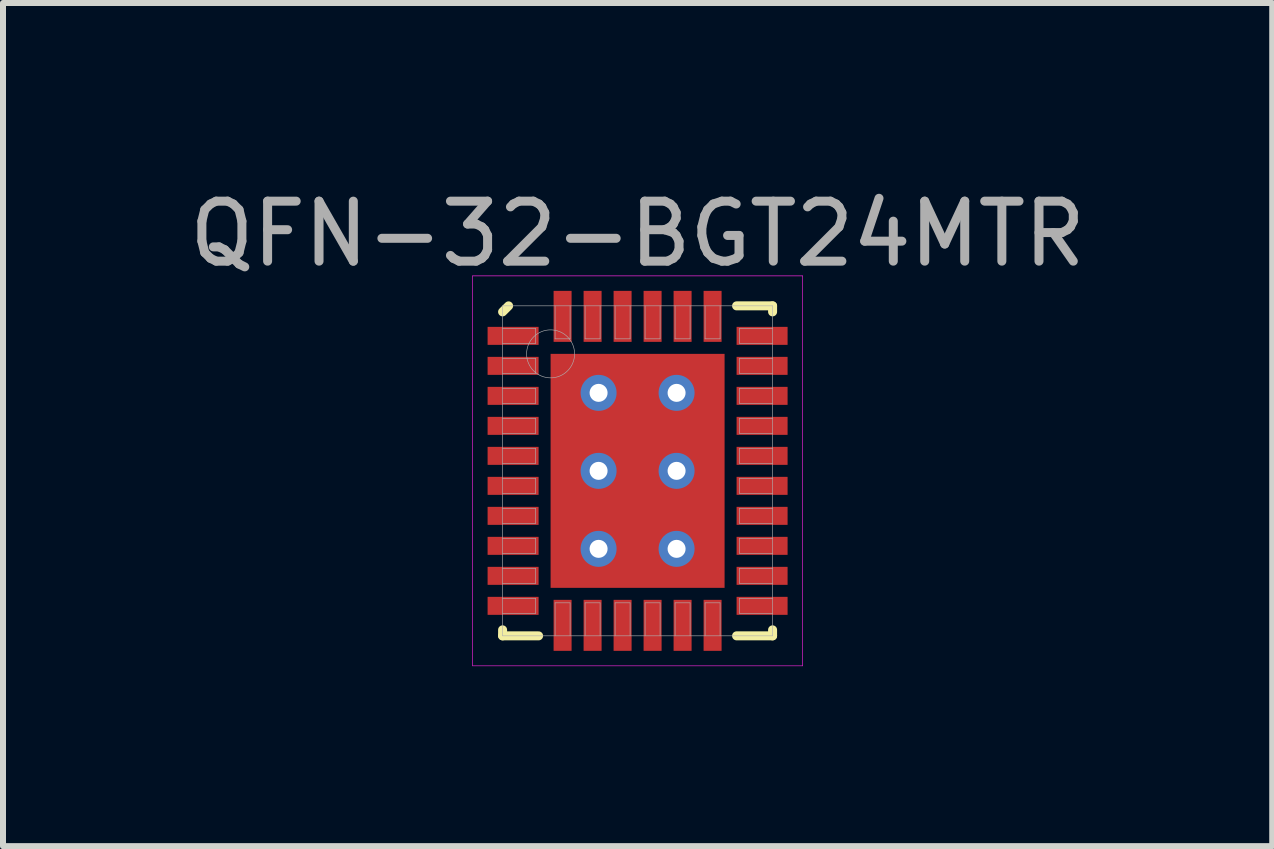
<source format=kicad_pcb>
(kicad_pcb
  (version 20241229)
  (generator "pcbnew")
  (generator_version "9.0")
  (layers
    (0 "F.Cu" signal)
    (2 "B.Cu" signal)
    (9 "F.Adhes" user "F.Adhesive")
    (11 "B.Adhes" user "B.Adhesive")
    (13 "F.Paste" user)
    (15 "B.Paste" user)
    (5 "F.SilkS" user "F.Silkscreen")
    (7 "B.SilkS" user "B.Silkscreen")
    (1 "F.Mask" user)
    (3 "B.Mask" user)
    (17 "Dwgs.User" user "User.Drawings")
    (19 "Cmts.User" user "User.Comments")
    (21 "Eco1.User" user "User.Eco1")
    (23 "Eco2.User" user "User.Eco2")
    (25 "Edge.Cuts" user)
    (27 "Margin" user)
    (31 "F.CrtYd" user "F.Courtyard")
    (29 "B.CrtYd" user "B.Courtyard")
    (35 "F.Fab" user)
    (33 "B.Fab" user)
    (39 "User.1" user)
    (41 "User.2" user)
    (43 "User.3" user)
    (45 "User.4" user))
  (footprint "QFN-32-BGT24MTR"
    (layer "F.Cu")
    (at 7.577 4.798)
    (property "Reference" "QFN-32-BGT24MTR" (at 0 -3.95 0) (layer "F.Fab") (effects (font (size 1 1) (thickness 0.15))))
    (attr smd)
    (fp_line (start -2.25 -2.65) (end -2.15 -2.75) (stroke (width 0.15) (type solid)) (layer "F.SilkS"))
    (fp_line (start -2.25 2.75) (end -2.25 2.65) (stroke (width 0.15) (type solid)) (layer "F.SilkS"))
    (fp_line (start -1.65 2.75) (end -2.25 2.75) (stroke (width 0.15) (type solid)) (layer "F.SilkS"))
    (fp_line (start 1.65 -2.75) (end 2.25 -2.75) (stroke (width 0.15) (type solid)) (layer "F.SilkS"))
    (fp_line (start 1.65 2.75) (end 2.25 2.75) (stroke (width 0.15) (type solid)) (layer "F.SilkS"))
    (fp_line (start 2.25 -2.75) (end 2.25 -2.65) (stroke (width 0.15) (type solid)) (layer "F.SilkS"))
    (fp_line (start 2.25 2.75) (end 2.25 2.65) (stroke (width 0.15) (type solid)) (layer "F.SilkS"))
    (fp_line (start -2.75 -3.25) (end 2.75 -3.25) (stroke (width 0.01) (type solid)) (layer "F.CrtYd"))
    (fp_line (start -2.75 3.25) (end -2.75 -3.25) (stroke (width 0.01) (type solid)) (layer "F.CrtYd"))
    (fp_line (start 2.75 -3.25) (end 2.75 3.25) (stroke (width 0.01) (type solid)) (layer "F.CrtYd"))
    (fp_line (start 2.75 3.25) (end -2.75 3.25) (stroke (width 0.01) (type solid)) (layer "F.CrtYd"))
    (fp_line (start -2.25 -2.75) (end 2.25 -2.75) (stroke (width 0.01) (type solid)) (layer "F.Fab"))
    (fp_line (start -2.25 -2.125) (end -1.7 -2.125) (stroke (width 0.01) (type solid)) (layer "F.Fab"))
    (fp_line (start -2.25 -1.625) (end -1.7 -1.625) (stroke (width 0.01) (type solid)) (layer "F.Fab"))
    (fp_line (start -2.25 -1.125) (end -1.7 -1.125) (stroke (width 0.01) (type solid)) (layer "F.Fab"))
    (fp_line (start -2.25 -0.625) (end -1.7 -0.625) (stroke (width 0.01) (type solid)) (layer "F.Fab"))
    (fp_line (start -2.25 -0.125) (end -1.7 -0.125) (stroke (width 0.01) (type solid)) (layer "F.Fab"))
    (fp_line (start -2.25 0.375) (end -1.7 0.375) (stroke (width 0.01) (type solid)) (layer "F.Fab"))
    (fp_line (start -2.25 0.875) (end -1.7 0.875) (stroke (width 0.01) (type solid)) (layer "F.Fab"))
    (fp_line (start -2.25 1.375) (end -1.7 1.375) (stroke (width 0.01) (type solid)) (layer "F.Fab"))
    (fp_line (start -2.25 1.875) (end -1.7 1.875) (stroke (width 0.01) (type solid)) (layer "F.Fab"))
    (fp_line (start -2.25 2.375) (end -1.7 2.375) (stroke (width 0.01) (type solid)) (layer "F.Fab"))
    (fp_line (start -2.25 2.75) (end -2.25 -2.75) (stroke (width 0.01) (type solid)) (layer "F.Fab"))
    (fp_line (start -1.7 -2.375) (end -2.25 -2.375) (stroke (width 0.01) (type solid)) (layer "F.Fab"))
    (fp_line (start -1.7 -2.125) (end -1.7 -2.375) (stroke (width 0.01) (type solid)) (layer "F.Fab"))
    (fp_line (start -1.7 -1.875) (end -2.25 -1.875) (stroke (width 0.01) (type solid)) (layer "F.Fab"))
    (fp_line (start -1.7 -1.625) (end -1.7 -1.875) (stroke (width 0.01) (type solid)) (layer "F.Fab"))
    (fp_line (start -1.7 -1.375) (end -2.25 -1.375) (stroke (width 0.01) (type solid)) (layer "F.Fab"))
    (fp_line (start -1.7 -1.125) (end -1.7 -1.375) (stroke (width 0.01) (type solid)) (layer "F.Fab"))
    (fp_line (start -1.7 -0.875) (end -2.25 -0.875) (stroke (width 0.01) (type solid)) (layer "F.Fab"))
    (fp_line (start -1.7 -0.625) (end -1.7 -0.875) (stroke (width 0.01) (type solid)) (layer "F.Fab"))
    (fp_line (start -1.7 -0.375) (end -2.25 -0.375) (stroke (width 0.01) (type solid)) (layer "F.Fab"))
    (fp_line (start -1.7 -0.125) (end -1.7 -0.375) (stroke (width 0.01) (type solid)) (layer "F.Fab"))
    (fp_line (start -1.7 0.125) (end -2.25 0.125) (stroke (width 0.01) (type solid)) (layer "F.Fab"))
    (fp_line (start -1.7 0.375) (end -1.7 0.125) (stroke (width 0.01) (type solid)) (layer "F.Fab"))
    (fp_line (start -1.7 0.625) (end -2.25 0.625) (stroke (width 0.01) (type solid)) (layer "F.Fab"))
    (fp_line (start -1.7 0.875) (end -1.7 0.625) (stroke (width 0.01) (type solid)) (layer "F.Fab"))
    (fp_line (start -1.7 1.125) (end -2.25 1.125) (stroke (width 0.01) (type solid)) (layer "F.Fab"))
    (fp_line (start -1.7 1.375) (end -1.7 1.125) (stroke (width 0.01) (type solid)) (layer "F.Fab"))
    (fp_line (start -1.7 1.625) (end -2.25 1.625) (stroke (width 0.01) (type solid)) (layer "F.Fab"))
    (fp_line (start -1.7 1.875) (end -1.7 1.625) (stroke (width 0.01) (type solid)) (layer "F.Fab"))
    (fp_line (start -1.7 2.125) (end -2.25 2.125) (stroke (width 0.01) (type solid)) (layer "F.Fab"))
    (fp_line (start -1.7 2.375) (end -1.7 2.125) (stroke (width 0.01) (type solid)) (layer "F.Fab"))
    (fp_line (start -1.375 -2.75) (end -1.375 -2.2) (stroke (width 0.01) (type solid)) (layer "F.Fab"))
    (fp_line (start -1.375 -2.2) (end -1.125 -2.2) (stroke (width 0.01) (type solid)) (layer "F.Fab"))
    (fp_line (start -1.375 2.2) (end -1.375 2.75) (stroke (width 0.01) (type solid)) (layer "F.Fab"))
    (fp_line (start -1.125 -2.2) (end -1.125 -2.75) (stroke (width 0.01) (type solid)) (layer "F.Fab"))
    (fp_line (start -1.125 2.2) (end -1.375 2.2) (stroke (width 0.01) (type solid)) (layer "F.Fab"))
    (fp_line (start -1.125 2.75) (end -1.125 2.2) (stroke (width 0.01) (type solid)) (layer "F.Fab"))
    (fp_line (start -0.875 -2.75) (end -0.875 -2.2) (stroke (width 0.01) (type solid)) (layer "F.Fab"))
    (fp_line (start -0.875 -2.2) (end -0.625 -2.2) (stroke (width 0.01) (type solid)) (layer "F.Fab"))
    (fp_line (start -0.875 2.2) (end -0.875 2.75) (stroke (width 0.01) (type solid)) (layer "F.Fab"))
    (fp_line (start -0.625 -2.2) (end -0.625 -2.75) (stroke (width 0.01) (type solid)) (layer "F.Fab"))
    (fp_line (start -0.625 2.2) (end -0.875 2.2) (stroke (width 0.01) (type solid)) (layer "F.Fab"))
    (fp_line (start -0.625 2.75) (end -0.625 2.2) (stroke (width 0.01) (type solid)) (layer "F.Fab"))
    (fp_line (start -0.375 -2.75) (end -0.375 -2.2) (stroke (width 0.01) (type solid)) (layer "F.Fab"))
    (fp_line (start -0.375 -2.2) (end -0.125 -2.2) (stroke (width 0.01) (type solid)) (layer "F.Fab"))
    (fp_line (start -0.375 2.2) (end -0.375 2.75) (stroke (width 0.01) (type solid)) (layer "F.Fab"))
    (fp_line (start -0.125 -2.2) (end -0.125 -2.75) (stroke (width 0.01) (type solid)) (layer "F.Fab"))
    (fp_line (start -0.125 2.2) (end -0.375 2.2) (stroke (width 0.01) (type solid)) (layer "F.Fab"))
    (fp_line (start -0.125 2.75) (end -0.125 2.2) (stroke (width 0.01) (type solid)) (layer "F.Fab"))
    (fp_line (start 0.125 -2.75) (end 0.125 -2.2) (stroke (width 0.01) (type solid)) (layer "F.Fab"))
    (fp_line (start 0.125 -2.2) (end 0.375 -2.2) (stroke (width 0.01) (type solid)) (layer "F.Fab"))
    (fp_line (start 0.125 2.2) (end 0.125 2.75) (stroke (width 0.01) (type solid)) (layer "F.Fab"))
    (fp_line (start 0.375 -2.2) (end 0.375 -2.75) (stroke (width 0.01) (type solid)) (layer "F.Fab"))
    (fp_line (start 0.375 2.2) (end 0.125 2.2) (stroke (width 0.01) (type solid)) (layer "F.Fab"))
    (fp_line (start 0.375 2.75) (end 0.375 2.2) (stroke (width 0.01) (type solid)) (layer "F.Fab"))
    (fp_line (start 0.625 -2.75) (end 0.625 -2.2) (stroke (width 0.01) (type solid)) (layer "F.Fab"))
    (fp_line (start 0.625 -2.2) (end 0.875 -2.2) (stroke (width 0.01) (type solid)) (layer "F.Fab"))
    (fp_line (start 0.625 2.2) (end 0.625 2.75) (stroke (width 0.01) (type solid)) (layer "F.Fab"))
    (fp_line (start 0.875 -2.2) (end 0.875 -2.75) (stroke (width 0.01) (type solid)) (layer "F.Fab"))
    (fp_line (start 0.875 2.2) (end 0.625 2.2) (stroke (width 0.01) (type solid)) (layer "F.Fab"))
    (fp_line (start 0.875 2.75) (end 0.875 2.2) (stroke (width 0.01) (type solid)) (layer "F.Fab"))
    (fp_line (start 1.125 -2.75) (end 1.125 -2.2) (stroke (width 0.01) (type solid)) (layer "F.Fab"))
    (fp_line (start 1.125 -2.2) (end 1.375 -2.2) (stroke (width 0.01) (type solid)) (layer "F.Fab"))
    (fp_line (start 1.125 2.2) (end 1.125 2.75) (stroke (width 0.01) (type solid)) (layer "F.Fab"))
    (fp_line (start 1.375 -2.2) (end 1.375 -2.75) (stroke (width 0.01) (type solid)) (layer "F.Fab"))
    (fp_line (start 1.375 2.2) (end 1.125 2.2) (stroke (width 0.01) (type solid)) (layer "F.Fab"))
    (fp_line (start 1.375 2.75) (end 1.375 2.2) (stroke (width 0.01) (type solid)) (layer "F.Fab"))
    (fp_line (start 1.7 -2.375) (end 1.7 -2.125) (stroke (width 0.01) (type solid)) (layer "F.Fab"))
    (fp_line (start 1.7 -2.125) (end 2.25 -2.125) (stroke (width 0.01) (type solid)) (layer "F.Fab"))
    (fp_line (start 1.7 -1.875) (end 1.7 -1.625) (stroke (width 0.01) (type solid)) (layer "F.Fab"))
    (fp_line (start 1.7 -1.625) (end 2.25 -1.625) (stroke (width 0.01) (type solid)) (layer "F.Fab"))
    (fp_line (start 1.7 -1.375) (end 1.7 -1.125) (stroke (width 0.01) (type solid)) (layer "F.Fab"))
    (fp_line (start 1.7 -1.125) (end 2.25 -1.125) (stroke (width 0.01) (type solid)) (layer "F.Fab"))
    (fp_line (start 1.7 -0.875) (end 1.7 -0.625) (stroke (width 0.01) (type solid)) (layer "F.Fab"))
    (fp_line (start 1.7 -0.625) (end 2.25 -0.625) (stroke (width 0.01) (type solid)) (layer "F.Fab"))
    (fp_line (start 1.7 -0.375) (end 1.7 -0.125) (stroke (width 0.01) (type solid)) (layer "F.Fab"))
    (fp_line (start 1.7 -0.125) (end 2.25 -0.125) (stroke (width 0.01) (type solid)) (layer "F.Fab"))
    (fp_line (start 1.7 0.125) (end 1.7 0.375) (stroke (width 0.01) (type solid)) (layer "F.Fab"))
    (fp_line (start 1.7 0.375) (end 2.25 0.375) (stroke (width 0.01) (type solid)) (layer "F.Fab"))
    (fp_line (start 1.7 0.625) (end 1.7 0.875) (stroke (width 0.01) (type solid)) (layer "F.Fab"))
    (fp_line (start 1.7 0.875) (end 2.25 0.875) (stroke (width 0.01) (type solid)) (layer "F.Fab"))
    (fp_line (start 1.7 1.125) (end 1.7 1.375) (stroke (width 0.01) (type solid)) (layer "F.Fab"))
    (fp_line (start 1.7 1.375) (end 2.25 1.375) (stroke (width 0.01) (type solid)) (layer "F.Fab"))
    (fp_line (start 1.7 1.625) (end 1.7 1.875) (stroke (width 0.01) (type solid)) (layer "F.Fab"))
    (fp_line (start 1.7 1.875) (end 2.25 1.875) (stroke (width 0.01) (type solid)) (layer "F.Fab"))
    (fp_line (start 1.7 2.125) (end 1.7 2.375) (stroke (width 0.01) (type solid)) (layer "F.Fab"))
    (fp_line (start 1.7 2.375) (end 2.25 2.375) (stroke (width 0.01) (type solid)) (layer "F.Fab"))
    (fp_line (start 2.25 -2.75) (end 2.25 2.75) (stroke (width 0.01) (type solid)) (layer "F.Fab"))
    (fp_line (start 2.25 -2.375) (end 1.7 -2.375) (stroke (width 0.01) (type solid)) (layer "F.Fab"))
    (fp_line (start 2.25 -1.875) (end 1.7 -1.875) (stroke (width 0.01) (type solid)) (layer "F.Fab"))
    (fp_line (start 2.25 -1.375) (end 1.7 -1.375) (stroke (width 0.01) (type solid)) (layer "F.Fab"))
    (fp_line (start 2.25 -0.875) (end 1.7 -0.875) (stroke (width 0.01) (type solid)) (layer "F.Fab"))
    (fp_line (start 2.25 -0.375) (end 1.7 -0.375) (stroke (width 0.01) (type solid)) (layer "F.Fab"))
    (fp_line (start 2.25 0.125) (end 1.7 0.125) (stroke (width 0.01) (type solid)) (layer "F.Fab"))
    (fp_line (start 2.25 0.625) (end 1.7 0.625) (stroke (width 0.01) (type solid)) (layer "F.Fab"))
    (fp_line (start 2.25 1.125) (end 1.7 1.125) (stroke (width 0.01) (type solid)) (layer "F.Fab"))
    (fp_line (start 2.25 1.625) (end 1.7 1.625) (stroke (width 0.01) (type solid)) (layer "F.Fab"))
    (fp_line (start 2.25 2.125) (end 1.7 2.125) (stroke (width 0.01) (type solid)) (layer "F.Fab"))
    (fp_line (start 2.25 2.75) (end -2.25 2.75) (stroke (width 0.01) (type solid)) (layer "F.Fab"))
    (fp_circle (center -1.45 -1.95) (end -1.45 -1.55) (stroke (width 0.01) (type solid)) (fill no) (layer "F.Fab"))
    (pad "" smd rect (at -0.75 -0.75) (size 1 1) (layers "F.Paste"))
    (pad "" smd rect (at -0.75 0.75) (size 1 1) (layers "F.Paste"))
    (pad "" smd rect (at 0.75 -0.75) (size 1 1) (layers "F.Paste"))
    (pad "" smd rect (at 0.75 0.75) (size 1 1) (layers "F.Paste"))
    (pad "1" smd rect (at -2.075 -2.25) (size 0.85 0.3) (layers "F.Cu" "F.Mask" "F.Paste"))
    (pad "2" smd rect (at -2.075 -1.75) (size 0.85 0.3) (layers "F.Cu" "F.Mask" "F.Paste"))
    (pad "3" smd rect (at -2.075 -1.25) (size 0.85 0.3) (layers "F.Cu" "F.Mask" "F.Paste"))
    (pad "4" smd rect (at -2.075 -0.75) (size 0.85 0.3) (layers "F.Cu" "F.Mask" "F.Paste"))
    (pad "5" smd rect (at -2.075 -0.25) (size 0.85 0.3) (layers "F.Cu" "F.Mask" "F.Paste"))
    (pad "6" smd rect (at -2.075 0.25) (size 0.85 0.3) (layers "F.Cu" "F.Mask" "F.Paste"))
    (pad "7" smd rect (at -2.075 0.75) (size 0.85 0.3) (layers "F.Cu" "F.Mask" "F.Paste"))
    (pad "8" smd rect (at -2.075 1.25) (size 0.85 0.3) (layers "F.Cu" "F.Mask" "F.Paste"))
    (pad "9" smd rect (at -2.075 1.75) (size 0.85 0.3) (layers "F.Cu" "F.Mask" "F.Paste"))
    (pad "10" smd rect (at -2.075 2.25) (size 0.85 0.3) (layers "F.Cu" "F.Mask" "F.Paste"))
    (pad "11" smd rect (at -1.25 2.575) (size 0.3 0.85) (layers "F.Cu" "F.Mask" "F.Paste"))
    (pad "12" smd rect (at -0.75 2.575) (size 0.3 0.85) (layers "F.Cu" "F.Mask" "F.Paste"))
    (pad "13" smd rect (at -0.25 2.575) (size 0.3 0.85) (layers "F.Cu" "F.Mask" "F.Paste"))
    (pad "14" smd rect (at 0.25 2.575) (size 0.3 0.85) (layers "F.Cu" "F.Mask" "F.Paste"))
    (pad "15" smd rect (at 0.75 2.575) (size 0.3 0.85) (layers "F.Cu" "F.Mask" "F.Paste"))
    (pad "16" smd rect (at 1.25 2.575) (size 0.3 0.85) (layers "F.Cu" "F.Mask" "F.Paste"))
    (pad "17" smd rect (at 2.075 2.25) (size 0.85 0.3) (layers "F.Cu" "F.Mask" "F.Paste"))
    (pad "18" smd rect (at 2.075 1.75) (size 0.85 0.3) (layers "F.Cu" "F.Mask" "F.Paste"))
    (pad "19" smd rect (at 2.075 1.25) (size 0.85 0.3) (layers "F.Cu" "F.Mask" "F.Paste"))
    (pad "20" smd rect (at 2.075 0.75) (size 0.85 0.3) (layers "F.Cu" "F.Mask" "F.Paste"))
    (pad "21" smd rect (at 2.075 0.25) (size 0.85 0.3) (layers "F.Cu" "F.Mask" "F.Paste"))
    (pad "22" smd rect (at 2.075 -0.25) (size 0.85 0.3) (layers "F.Cu" "F.Mask" "F.Paste"))
    (pad "23" smd rect (at 2.075 -0.75) (size 0.85 0.3) (layers "F.Cu" "F.Mask" "F.Paste"))
    (pad "24" smd rect (at 2.075 -1.25) (size 0.85 0.3) (layers "F.Cu" "F.Mask" "F.Paste"))
    (pad "25" smd rect (at 2.075 -1.75) (size 0.85 0.3) (layers "F.Cu" "F.Mask" "F.Paste"))
    (pad "26" smd rect (at 2.075 -2.25) (size 0.85 0.3) (layers "F.Cu" "F.Mask" "F.Paste"))
    (pad "27" smd rect (at 1.25 -2.575) (size 0.3 0.85) (layers "F.Cu" "F.Mask" "F.Paste"))
    (pad "28" smd rect (at 0.75 -2.575) (size 0.3 0.85) (layers "F.Cu" "F.Mask" "F.Paste"))
    (pad "29" smd rect (at 0.25 -2.575) (size 0.3 0.85) (layers "F.Cu" "F.Mask" "F.Paste"))
    (pad "30" smd rect (at -0.25 -2.575) (size 0.3 0.85) (layers "F.Cu" "F.Mask" "F.Paste"))
    (pad "31" smd rect (at -0.75 -2.575) (size 0.3 0.85) (layers "F.Cu" "F.Mask" "F.Paste"))
    (pad "32" smd rect (at -1.25 -2.575) (size 0.3 0.85) (layers "F.Cu" "F.Mask" "F.Paste"))
    (pad "EP" thru_hole circle (at -0.65 -1.3) (size 0.6 0.6) (drill 0.3) (layers "*.Cu"))
    (pad "EP" thru_hole circle (at -0.65 0) (size 0.6 0.6) (drill 0.3) (layers "*.Cu"))
    (pad "EP" thru_hole circle (at -0.65 1.3) (size 0.6 0.6) (drill 0.3) (layers "*.Cu"))
    (pad "EP" smd rect (at 0 0) (size 2.9 3.9) (layers "F.Cu" "F.Mask"))
    (pad "EP" thru_hole circle (at 0.65 -1.3) (size 0.6 0.6) (drill 0.3) (layers "*.Cu"))
    (pad "EP" thru_hole circle (at 0.65 0) (size 0.6 0.6) (drill 0.3) (layers "*.Cu"))
    (pad "EP" thru_hole circle (at 0.65 1.3) (size 0.6 0.6) (drill 0.3) (layers "*.Cu")))
  (gr_rect
    (start -3 -3)
    (end 18.155 11.053)
    (stroke (width 0.1) (type default))
    (fill no)
    (layer "Edge.Cuts")))
</source>
